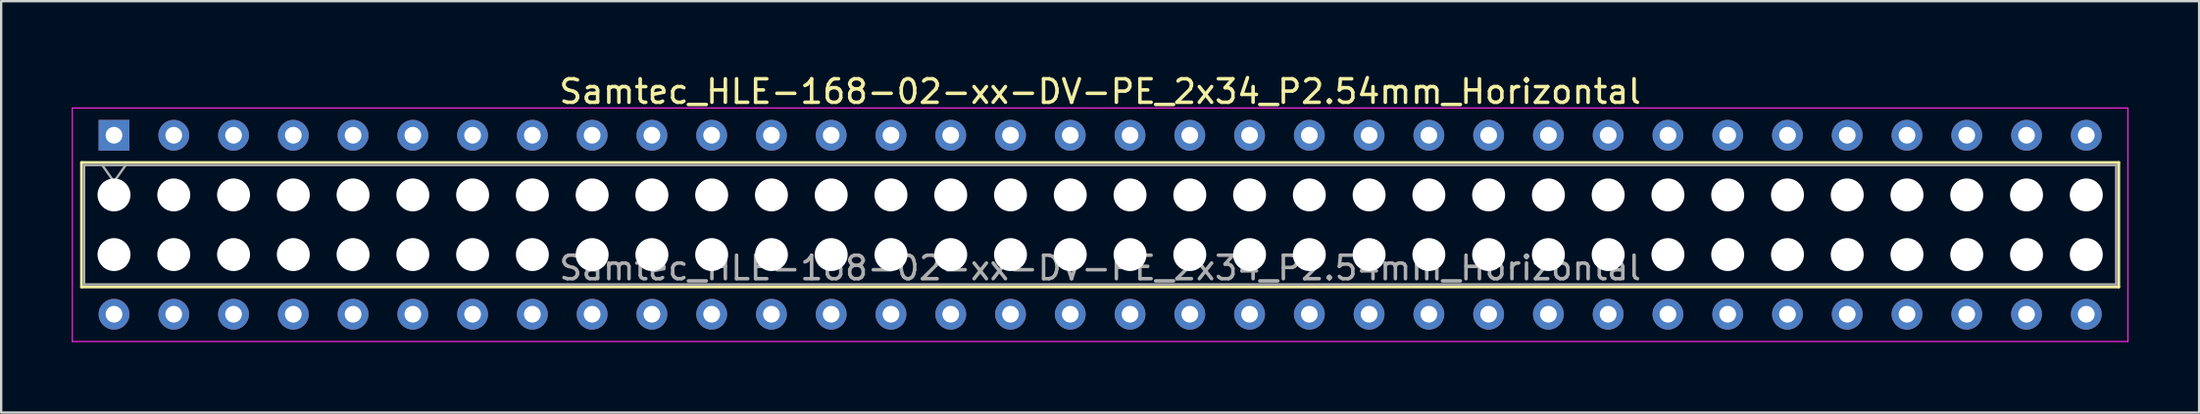
<source format=kicad_pcb>
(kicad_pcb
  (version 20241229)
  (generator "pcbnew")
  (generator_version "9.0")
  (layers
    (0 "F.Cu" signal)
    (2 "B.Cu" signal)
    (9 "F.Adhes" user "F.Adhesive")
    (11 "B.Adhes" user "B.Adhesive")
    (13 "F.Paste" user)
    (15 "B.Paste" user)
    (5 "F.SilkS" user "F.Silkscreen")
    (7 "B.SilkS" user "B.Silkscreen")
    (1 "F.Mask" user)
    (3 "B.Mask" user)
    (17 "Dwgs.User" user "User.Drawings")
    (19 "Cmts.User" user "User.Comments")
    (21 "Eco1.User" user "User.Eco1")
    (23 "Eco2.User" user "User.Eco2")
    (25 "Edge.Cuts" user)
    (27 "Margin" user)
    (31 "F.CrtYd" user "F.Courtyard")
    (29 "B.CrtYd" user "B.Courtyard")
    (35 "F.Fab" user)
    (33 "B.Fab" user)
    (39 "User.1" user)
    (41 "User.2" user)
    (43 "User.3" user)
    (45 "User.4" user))
  (footprint "Samtec_HLE-168-02-xx-DV-PE_2x34_P2.54mm_Horizontal"
    (layer "F.Cu")
    (at 1.795 2.708)
    (property "Reference" "Samtec_HLE-168-02-xx-DV-PE_2x34_P2.54mm_Horizontal" (at 41.91 -1.86 0) (layer "F.SilkS") (effects (font (size 1 1) (thickness 0.15))))
    (attr through_hole)
    (fp_line (start -1.38 1.16) (end 85.2 1.16) (stroke (width 0.12) (type solid)) (layer "F.SilkS"))
    (fp_line (start -1.38 6.46) (end -1.38 1.16) (stroke (width 0.12) (type solid)) (layer "F.SilkS"))
    (fp_line (start 85.2 1.16) (end 85.2 6.46) (stroke (width 0.12) (type solid)) (layer "F.SilkS"))
    (fp_line (start 85.2 6.46) (end -1.38 6.46) (stroke (width 0.12) (type solid)) (layer "F.SilkS"))
    (fp_line (start -1.77 -1.16) (end 85.59 -1.16) (stroke (width 0.05) (type solid)) (layer "F.CrtYd"))
    (fp_line (start -1.77 8.78) (end -1.77 -1.16) (stroke (width 0.05) (type solid)) (layer "F.CrtYd"))
    (fp_line (start 85.59 -1.16) (end 85.59 8.78) (stroke (width 0.05) (type solid)) (layer "F.CrtYd"))
    (fp_line (start 85.59 8.78) (end -1.77 8.78) (stroke (width 0.05) (type solid)) (layer "F.CrtYd"))
    (fp_line (start -1.27 1.27) (end 85.09 1.27) (stroke (width 0.1) (type solid)) (layer "F.Fab"))
    (fp_line (start -1.27 6.35) (end -1.27 1.27) (stroke (width 0.1) (type solid)) (layer "F.Fab"))
    (fp_line (start -0.5 1.27) (end 0 1.977) (stroke (width 0.1) (type solid)) (layer "F.Fab"))
    (fp_line (start 0 1.977) (end 0.5 1.27) (stroke (width 0.1) (type solid)) (layer "F.Fab"))
    (fp_line (start 85.09 1.27) (end 85.09 6.35) (stroke (width 0.1) (type solid)) (layer "F.Fab"))
    (fp_line (start 85.09 6.35) (end -1.27 6.35) (stroke (width 0.1) (type solid)) (layer "F.Fab"))
    (fp_text user "${REFERENCE}" (at 41.91 5.65 0) (layer "F.Fab") (effects (font (size 1 1) (thickness 0.15))))
    (pad "" np_thru_hole circle (at 0 2.54) (size 1.4 1.4) (drill 1.4) (layers "*.Cu" "*.Mask"))
    (pad "" np_thru_hole circle (at 0 5.08) (size 1.4 1.4) (drill 1.4) (layers "*.Cu" "*.Mask"))
    (pad "" np_thru_hole circle (at 2.54 2.54) (size 1.4 1.4) (drill 1.4) (layers "*.Cu" "*.Mask"))
    (pad "" np_thru_hole circle (at 2.54 5.08) (size 1.4 1.4) (drill 1.4) (layers "*.Cu" "*.Mask"))
    (pad "" np_thru_hole circle (at 5.08 2.54) (size 1.4 1.4) (drill 1.4) (layers "*.Cu" "*.Mask"))
    (pad "" np_thru_hole circle (at 5.08 5.08) (size 1.4 1.4) (drill 1.4) (layers "*.Cu" "*.Mask"))
    (pad "" np_thru_hole circle (at 7.62 2.54) (size 1.4 1.4) (drill 1.4) (layers "*.Cu" "*.Mask"))
    (pad "" np_thru_hole circle (at 7.62 5.08) (size 1.4 1.4) (drill 1.4) (layers "*.Cu" "*.Mask"))
    (pad "" np_thru_hole circle (at 10.16 2.54) (size 1.4 1.4) (drill 1.4) (layers "*.Cu" "*.Mask"))
    (pad "" np_thru_hole circle (at 10.16 5.08) (size 1.4 1.4) (drill 1.4) (layers "*.Cu" "*.Mask"))
    (pad "" np_thru_hole circle (at 12.7 2.54) (size 1.4 1.4) (drill 1.4) (layers "*.Cu" "*.Mask"))
    (pad "" np_thru_hole circle (at 12.7 5.08) (size 1.4 1.4) (drill 1.4) (layers "*.Cu" "*.Mask"))
    (pad "" np_thru_hole circle (at 15.24 2.54) (size 1.4 1.4) (drill 1.4) (layers "*.Cu" "*.Mask"))
    (pad "" np_thru_hole circle (at 15.24 5.08) (size 1.4 1.4) (drill 1.4) (layers "*.Cu" "*.Mask"))
    (pad "" np_thru_hole circle (at 17.78 2.54) (size 1.4 1.4) (drill 1.4) (layers "*.Cu" "*.Mask"))
    (pad "" np_thru_hole circle (at 17.78 5.08) (size 1.4 1.4) (drill 1.4) (layers "*.Cu" "*.Mask"))
    (pad "" np_thru_hole circle (at 20.32 2.54) (size 1.4 1.4) (drill 1.4) (layers "*.Cu" "*.Mask"))
    (pad "" np_thru_hole circle (at 20.32 5.08) (size 1.4 1.4) (drill 1.4) (layers "*.Cu" "*.Mask"))
    (pad "" np_thru_hole circle (at 22.86 2.54) (size 1.4 1.4) (drill 1.4) (layers "*.Cu" "*.Mask"))
    (pad "" np_thru_hole circle (at 22.86 5.08) (size 1.4 1.4) (drill 1.4) (layers "*.Cu" "*.Mask"))
    (pad "" np_thru_hole circle (at 25.4 2.54) (size 1.4 1.4) (drill 1.4) (layers "*.Cu" "*.Mask"))
    (pad "" np_thru_hole circle (at 25.4 5.08) (size 1.4 1.4) (drill 1.4) (layers "*.Cu" "*.Mask"))
    (pad "" np_thru_hole circle (at 27.94 2.54) (size 1.4 1.4) (drill 1.4) (layers "*.Cu" "*.Mask"))
    (pad "" np_thru_hole circle (at 27.94 5.08) (size 1.4 1.4) (drill 1.4) (layers "*.Cu" "*.Mask"))
    (pad "" np_thru_hole circle (at 30.48 2.54) (size 1.4 1.4) (drill 1.4) (layers "*.Cu" "*.Mask"))
    (pad "" np_thru_hole circle (at 30.48 5.08) (size 1.4 1.4) (drill 1.4) (layers "*.Cu" "*.Mask"))
    (pad "" np_thru_hole circle (at 33.02 2.54) (size 1.4 1.4) (drill 1.4) (layers "*.Cu" "*.Mask"))
    (pad "" np_thru_hole circle (at 33.02 5.08) (size 1.4 1.4) (drill 1.4) (layers "*.Cu" "*.Mask"))
    (pad "" np_thru_hole circle (at 35.56 2.54) (size 1.4 1.4) (drill 1.4) (layers "*.Cu" "*.Mask"))
    (pad "" np_thru_hole circle (at 35.56 5.08) (size 1.4 1.4) (drill 1.4) (layers "*.Cu" "*.Mask"))
    (pad "" np_thru_hole circle (at 38.1 2.54) (size 1.4 1.4) (drill 1.4) (layers "*.Cu" "*.Mask"))
    (pad "" np_thru_hole circle (at 38.1 5.08) (size 1.4 1.4) (drill 1.4) (layers "*.Cu" "*.Mask"))
    (pad "" np_thru_hole circle (at 40.64 2.54) (size 1.4 1.4) (drill 1.4) (layers "*.Cu" "*.Mask"))
    (pad "" np_thru_hole circle (at 40.64 5.08) (size 1.4 1.4) (drill 1.4) (layers "*.Cu" "*.Mask"))
    (pad "" np_thru_hole circle (at 43.18 2.54) (size 1.4 1.4) (drill 1.4) (layers "*.Cu" "*.Mask"))
    (pad "" np_thru_hole circle (at 43.18 5.08) (size 1.4 1.4) (drill 1.4) (layers "*.Cu" "*.Mask"))
    (pad "" np_thru_hole circle (at 45.72 2.54) (size 1.4 1.4) (drill 1.4) (layers "*.Cu" "*.Mask"))
    (pad "" np_thru_hole circle (at 45.72 5.08) (size 1.4 1.4) (drill 1.4) (layers "*.Cu" "*.Mask"))
    (pad "" np_thru_hole circle (at 48.26 2.54) (size 1.4 1.4) (drill 1.4) (layers "*.Cu" "*.Mask"))
    (pad "" np_thru_hole circle (at 48.26 5.08) (size 1.4 1.4) (drill 1.4) (layers "*.Cu" "*.Mask"))
    (pad "" np_thru_hole circle (at 50.8 2.54) (size 1.4 1.4) (drill 1.4) (layers "*.Cu" "*.Mask"))
    (pad "" np_thru_hole circle (at 50.8 5.08) (size 1.4 1.4) (drill 1.4) (layers "*.Cu" "*.Mask"))
    (pad "" np_thru_hole circle (at 53.34 2.54) (size 1.4 1.4) (drill 1.4) (layers "*.Cu" "*.Mask"))
    (pad "" np_thru_hole circle (at 53.34 5.08) (size 1.4 1.4) (drill 1.4) (layers "*.Cu" "*.Mask"))
    (pad "" np_thru_hole circle (at 55.88 2.54) (size 1.4 1.4) (drill 1.4) (layers "*.Cu" "*.Mask"))
    (pad "" np_thru_hole circle (at 55.88 5.08) (size 1.4 1.4) (drill 1.4) (layers "*.Cu" "*.Mask"))
    (pad "" np_thru_hole circle (at 58.42 2.54) (size 1.4 1.4) (drill 1.4) (layers "*.Cu" "*.Mask"))
    (pad "" np_thru_hole circle (at 58.42 5.08) (size 1.4 1.4) (drill 1.4) (layers "*.Cu" "*.Mask"))
    (pad "" np_thru_hole circle (at 60.96 2.54) (size 1.4 1.4) (drill 1.4) (layers "*.Cu" "*.Mask"))
    (pad "" np_thru_hole circle (at 60.96 5.08) (size 1.4 1.4) (drill 1.4) (layers "*.Cu" "*.Mask"))
    (pad "" np_thru_hole circle (at 63.5 2.54) (size 1.4 1.4) (drill 1.4) (layers "*.Cu" "*.Mask"))
    (pad "" np_thru_hole circle (at 63.5 5.08) (size 1.4 1.4) (drill 1.4) (layers "*.Cu" "*.Mask"))
    (pad "" np_thru_hole circle (at 66.04 2.54) (size 1.4 1.4) (drill 1.4) (layers "*.Cu" "*.Mask"))
    (pad "" np_thru_hole circle (at 66.04 5.08) (size 1.4 1.4) (drill 1.4) (layers "*.Cu" "*.Mask"))
    (pad "" np_thru_hole circle (at 68.58 2.54) (size 1.4 1.4) (drill 1.4) (layers "*.Cu" "*.Mask"))
    (pad "" np_thru_hole circle (at 68.58 5.08) (size 1.4 1.4) (drill 1.4) (layers "*.Cu" "*.Mask"))
    (pad "" np_thru_hole circle (at 71.12 2.54) (size 1.4 1.4) (drill 1.4) (layers "*.Cu" "*.Mask"))
    (pad "" np_thru_hole circle (at 71.12 5.08) (size 1.4 1.4) (drill 1.4) (layers "*.Cu" "*.Mask"))
    (pad "" np_thru_hole circle (at 73.66 2.54) (size 1.4 1.4) (drill 1.4) (layers "*.Cu" "*.Mask"))
    (pad "" np_thru_hole circle (at 73.66 5.08) (size 1.4 1.4) (drill 1.4) (layers "*.Cu" "*.Mask"))
    (pad "" np_thru_hole circle (at 76.2 2.54) (size 1.4 1.4) (drill 1.4) (layers "*.Cu" "*.Mask"))
    (pad "" np_thru_hole circle (at 76.2 5.08) (size 1.4 1.4) (drill 1.4) (layers "*.Cu" "*.Mask"))
    (pad "" np_thru_hole circle (at 78.74 2.54) (size 1.4 1.4) (drill 1.4) (layers "*.Cu" "*.Mask"))
    (pad "" np_thru_hole circle (at 78.74 5.08) (size 1.4 1.4) (drill 1.4) (layers "*.Cu" "*.Mask"))
    (pad "" np_thru_hole circle (at 81.28 2.54) (size 1.4 1.4) (drill 1.4) (layers "*.Cu" "*.Mask"))
    (pad "" np_thru_hole circle (at 81.28 5.08) (size 1.4 1.4) (drill 1.4) (layers "*.Cu" "*.Mask"))
    (pad "" np_thru_hole circle (at 83.82 2.54) (size 1.4 1.4) (drill 1.4) (layers "*.Cu" "*.Mask"))
    (pad "" np_thru_hole circle (at 83.82 5.08) (size 1.4 1.4) (drill 1.4) (layers "*.Cu" "*.Mask"))
    (pad "1" thru_hole rect (at 0 0) (size 1.31 1.31) (drill 0.71) (layers "*.Cu" "*.Mask"))
    (pad "2" thru_hole circle (at 0 7.62) (size 1.31 1.31) (drill 0.71) (layers "*.Cu" "*.Mask"))
    (pad "3" thru_hole circle (at 2.54 0) (size 1.31 1.31) (drill 0.71) (layers "*.Cu" "*.Mask"))
    (pad "4" thru_hole circle (at 2.54 7.62) (size 1.31 1.31) (drill 0.71) (layers "*.Cu" "*.Mask"))
    (pad "5" thru_hole circle (at 5.08 0) (size 1.31 1.31) (drill 0.71) (layers "*.Cu" "*.Mask"))
    (pad "6" thru_hole circle (at 5.08 7.62) (size 1.31 1.31) (drill 0.71) (layers "*.Cu" "*.Mask"))
    (pad "7" thru_hole circle (at 7.62 0) (size 1.31 1.31) (drill 0.71) (layers "*.Cu" "*.Mask"))
    (pad "8" thru_hole circle (at 7.62 7.62) (size 1.31 1.31) (drill 0.71) (layers "*.Cu" "*.Mask"))
    (pad "9" thru_hole circle (at 10.16 0) (size 1.31 1.31) (drill 0.71) (layers "*.Cu" "*.Mask"))
    (pad "10" thru_hole circle (at 10.16 7.62) (size 1.31 1.31) (drill 0.71) (layers "*.Cu" "*.Mask"))
    (pad "11" thru_hole circle (at 12.7 0) (size 1.31 1.31) (drill 0.71) (layers "*.Cu" "*.Mask"))
    (pad "12" thru_hole circle (at 12.7 7.62) (size 1.31 1.31) (drill 0.71) (layers "*.Cu" "*.Mask"))
    (pad "13" thru_hole circle (at 15.24 0) (size 1.31 1.31) (drill 0.71) (layers "*.Cu" "*.Mask"))
    (pad "14" thru_hole circle (at 15.24 7.62) (size 1.31 1.31) (drill 0.71) (layers "*.Cu" "*.Mask"))
    (pad "15" thru_hole circle (at 17.78 0) (size 1.31 1.31) (drill 0.71) (layers "*.Cu" "*.Mask"))
    (pad "16" thru_hole circle (at 17.78 7.62) (size 1.31 1.31) (drill 0.71) (layers "*.Cu" "*.Mask"))
    (pad "17" thru_hole circle (at 20.32 0) (size 1.31 1.31) (drill 0.71) (layers "*.Cu" "*.Mask"))
    (pad "18" thru_hole circle (at 20.32 7.62) (size 1.31 1.31) (drill 0.71) (layers "*.Cu" "*.Mask"))
    (pad "19" thru_hole circle (at 22.86 0) (size 1.31 1.31) (drill 0.71) (layers "*.Cu" "*.Mask"))
    (pad "20" thru_hole circle (at 22.86 7.62) (size 1.31 1.31) (drill 0.71) (layers "*.Cu" "*.Mask"))
    (pad "21" thru_hole circle (at 25.4 0) (size 1.31 1.31) (drill 0.71) (layers "*.Cu" "*.Mask"))
    (pad "22" thru_hole circle (at 25.4 7.62) (size 1.31 1.31) (drill 0.71) (layers "*.Cu" "*.Mask"))
    (pad "23" thru_hole circle (at 27.94 0) (size 1.31 1.31) (drill 0.71) (layers "*.Cu" "*.Mask"))
    (pad "24" thru_hole circle (at 27.94 7.62) (size 1.31 1.31) (drill 0.71) (layers "*.Cu" "*.Mask"))
    (pad "25" thru_hole circle (at 30.48 0) (size 1.31 1.31) (drill 0.71) (layers "*.Cu" "*.Mask"))
    (pad "26" thru_hole circle (at 30.48 7.62) (size 1.31 1.31) (drill 0.71) (layers "*.Cu" "*.Mask"))
    (pad "27" thru_hole circle (at 33.02 0) (size 1.31 1.31) (drill 0.71) (layers "*.Cu" "*.Mask"))
    (pad "28" thru_hole circle (at 33.02 7.62) (size 1.31 1.31) (drill 0.71) (layers "*.Cu" "*.Mask"))
    (pad "29" thru_hole circle (at 35.56 0) (size 1.31 1.31) (drill 0.71) (layers "*.Cu" "*.Mask"))
    (pad "30" thru_hole circle (at 35.56 7.62) (size 1.31 1.31) (drill 0.71) (layers "*.Cu" "*.Mask"))
    (pad "31" thru_hole circle (at 38.1 0) (size 1.31 1.31) (drill 0.71) (layers "*.Cu" "*.Mask"))
    (pad "32" thru_hole circle (at 38.1 7.62) (size 1.31 1.31) (drill 0.71) (layers "*.Cu" "*.Mask"))
    (pad "33" thru_hole circle (at 40.64 0) (size 1.31 1.31) (drill 0.71) (layers "*.Cu" "*.Mask"))
    (pad "34" thru_hole circle (at 40.64 7.62) (size 1.31 1.31) (drill 0.71) (layers "*.Cu" "*.Mask"))
    (pad "35" thru_hole circle (at 43.18 0) (size 1.31 1.31) (drill 0.71) (layers "*.Cu" "*.Mask"))
    (pad "36" thru_hole circle (at 43.18 7.62) (size 1.31 1.31) (drill 0.71) (layers "*.Cu" "*.Mask"))
    (pad "37" thru_hole circle (at 45.72 0) (size 1.31 1.31) (drill 0.71) (layers "*.Cu" "*.Mask"))
    (pad "38" thru_hole circle (at 45.72 7.62) (size 1.31 1.31) (drill 0.71) (layers "*.Cu" "*.Mask"))
    (pad "39" thru_hole circle (at 48.26 0) (size 1.31 1.31) (drill 0.71) (layers "*.Cu" "*.Mask"))
    (pad "40" thru_hole circle (at 48.26 7.62) (size 1.31 1.31) (drill 0.71) (layers "*.Cu" "*.Mask"))
    (pad "41" thru_hole circle (at 50.8 0) (size 1.31 1.31) (drill 0.71) (layers "*.Cu" "*.Mask"))
    (pad "42" thru_hole circle (at 50.8 7.62) (size 1.31 1.31) (drill 0.71) (layers "*.Cu" "*.Mask"))
    (pad "43" thru_hole circle (at 53.34 0) (size 1.31 1.31) (drill 0.71) (layers "*.Cu" "*.Mask"))
    (pad "44" thru_hole circle (at 53.34 7.62) (size 1.31 1.31) (drill 0.71) (layers "*.Cu" "*.Mask"))
    (pad "45" thru_hole circle (at 55.88 0) (size 1.31 1.31) (drill 0.71) (layers "*.Cu" "*.Mask"))
    (pad "46" thru_hole circle (at 55.88 7.62) (size 1.31 1.31) (drill 0.71) (layers "*.Cu" "*.Mask"))
    (pad "47" thru_hole circle (at 58.42 0) (size 1.31 1.31) (drill 0.71) (layers "*.Cu" "*.Mask"))
    (pad "48" thru_hole circle (at 58.42 7.62) (size 1.31 1.31) (drill 0.71) (layers "*.Cu" "*.Mask"))
    (pad "49" thru_hole circle (at 60.96 0) (size 1.31 1.31) (drill 0.71) (layers "*.Cu" "*.Mask"))
    (pad "50" thru_hole circle (at 60.96 7.62) (size 1.31 1.31) (drill 0.71) (layers "*.Cu" "*.Mask"))
    (pad "51" thru_hole circle (at 63.5 0) (size 1.31 1.31) (drill 0.71) (layers "*.Cu" "*.Mask"))
    (pad "52" thru_hole circle (at 63.5 7.62) (size 1.31 1.31) (drill 0.71) (layers "*.Cu" "*.Mask"))
    (pad "53" thru_hole circle (at 66.04 0) (size 1.31 1.31) (drill 0.71) (layers "*.Cu" "*.Mask"))
    (pad "54" thru_hole circle (at 66.04 7.62) (size 1.31 1.31) (drill 0.71) (layers "*.Cu" "*.Mask"))
    (pad "55" thru_hole circle (at 68.58 0) (size 1.31 1.31) (drill 0.71) (layers "*.Cu" "*.Mask"))
    (pad "56" thru_hole circle (at 68.58 7.62) (size 1.31 1.31) (drill 0.71) (layers "*.Cu" "*.Mask"))
    (pad "57" thru_hole circle (at 71.12 0) (size 1.31 1.31) (drill 0.71) (layers "*.Cu" "*.Mask"))
    (pad "58" thru_hole circle (at 71.12 7.62) (size 1.31 1.31) (drill 0.71) (layers "*.Cu" "*.Mask"))
    (pad "59" thru_hole circle (at 73.66 0) (size 1.31 1.31) (drill 0.71) (layers "*.Cu" "*.Mask"))
    (pad "60" thru_hole circle (at 73.66 7.62) (size 1.31 1.31) (drill 0.71) (layers "*.Cu" "*.Mask"))
    (pad "61" thru_hole circle (at 76.2 0) (size 1.31 1.31) (drill 0.71) (layers "*.Cu" "*.Mask"))
    (pad "62" thru_hole circle (at 76.2 7.62) (size 1.31 1.31) (drill 0.71) (layers "*.Cu" "*.Mask"))
    (pad "63" thru_hole circle (at 78.74 0) (size 1.31 1.31) (drill 0.71) (layers "*.Cu" "*.Mask"))
    (pad "64" thru_hole circle (at 78.74 7.62) (size 1.31 1.31) (drill 0.71) (layers "*.Cu" "*.Mask"))
    (pad "65" thru_hole circle (at 81.28 0) (size 1.31 1.31) (drill 0.71) (layers "*.Cu" "*.Mask"))
    (pad "66" thru_hole circle (at 81.28 7.62) (size 1.31 1.31) (drill 0.71) (layers "*.Cu" "*.Mask"))
    (pad "67" thru_hole circle (at 83.82 0) (size 1.31 1.31) (drill 0.71) (layers "*.Cu" "*.Mask"))
    (pad "68" thru_hole circle (at 83.82 7.62) (size 1.31 1.31) (drill 0.71) (layers "*.Cu" "*.Mask")))
  (gr_rect
    (start -3 -3)
    (end 90.41 14.513)
    (stroke (width 0.1) (type default))
    (fill no)
    (layer "Edge.Cuts")))
</source>
